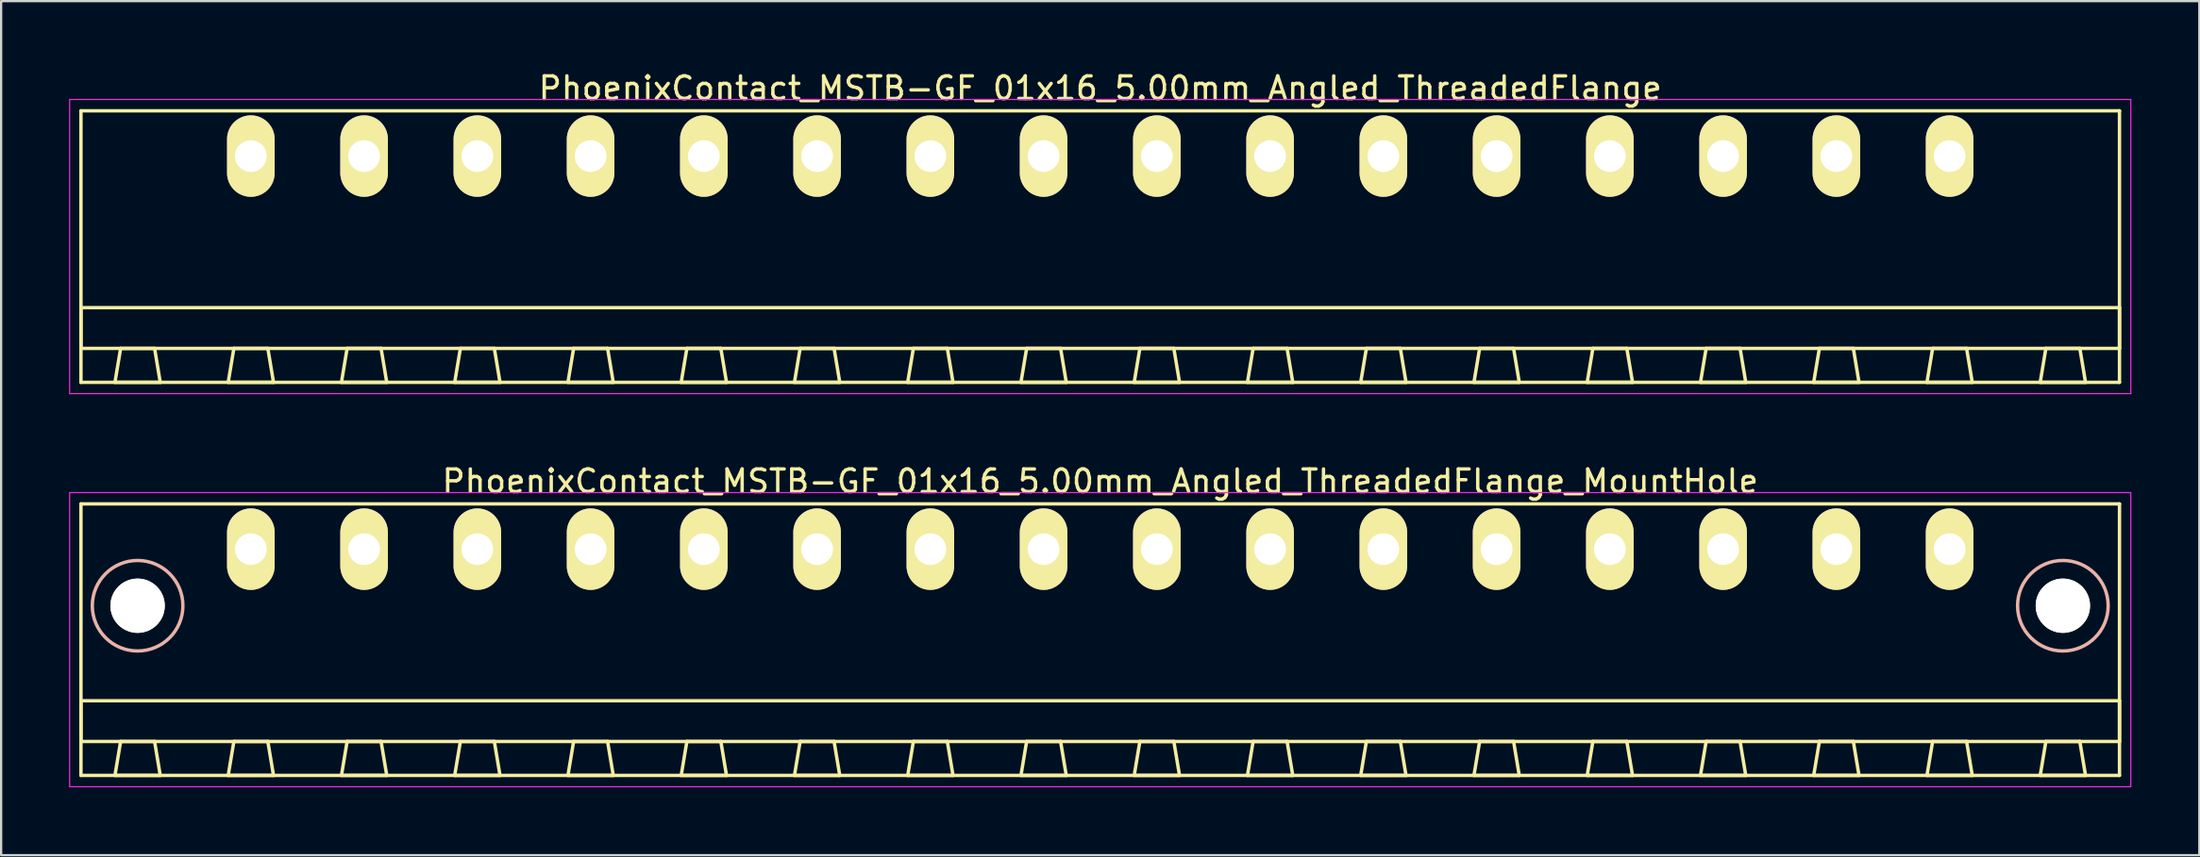
<source format=kicad_pcb>
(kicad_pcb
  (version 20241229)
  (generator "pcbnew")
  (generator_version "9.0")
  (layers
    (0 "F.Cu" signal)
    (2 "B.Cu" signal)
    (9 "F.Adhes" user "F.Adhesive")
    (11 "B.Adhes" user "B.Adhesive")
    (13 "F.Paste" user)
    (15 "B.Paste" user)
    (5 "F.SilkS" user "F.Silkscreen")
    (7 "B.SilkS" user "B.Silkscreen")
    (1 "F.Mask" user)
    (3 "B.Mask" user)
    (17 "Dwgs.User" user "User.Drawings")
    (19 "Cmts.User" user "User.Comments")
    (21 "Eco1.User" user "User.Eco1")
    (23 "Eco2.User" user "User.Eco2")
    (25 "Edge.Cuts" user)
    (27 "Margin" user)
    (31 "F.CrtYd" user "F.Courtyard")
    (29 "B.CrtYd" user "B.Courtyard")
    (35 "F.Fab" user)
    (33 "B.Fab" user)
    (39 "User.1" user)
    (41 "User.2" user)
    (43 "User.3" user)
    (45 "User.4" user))
  (footprint "PhoenixContact_MSTB-GF_01x16_5.00mm_Angled_ThreadedFlange_MountHole"
    (layer "F.Cu")
    (at 8.025 21.221)
    (property "Reference" "PhoenixContact_MSTB-GF_01x16_5.00mm_Angled_ThreadedFlange_MountHole" (at 37.5 -3 0) (layer "F.SilkS") (effects (font (size 1 1) (thickness 0.15))))
    (attr through_hole)
    (fp_line (start -7.5 -2) (end -7.5 10) (stroke (width 0.15) (type solid)) (layer "F.SilkS"))
    (fp_line (start -7.5 6.7) (end 82.5 6.7) (stroke (width 0.15) (type solid)) (layer "F.SilkS"))
    (fp_line (start -7.5 8.5) (end -7.5 6.7) (stroke (width 0.15) (type solid)) (layer "F.SilkS"))
    (fp_line (start -7.5 10) (end 82.5 10) (stroke (width 0.15) (type solid)) (layer "F.SilkS"))
    (fp_line (start -6 10) (end -4 10) (stroke (width 0.15) (type solid)) (layer "F.SilkS"))
    (fp_line (start -5.75 8.5) (end -6 10) (stroke (width 0.15) (type solid)) (layer "F.SilkS"))
    (fp_line (start -4.25 8.5) (end -5.75 8.5) (stroke (width 0.15) (type solid)) (layer "F.SilkS"))
    (fp_line (start -4 10) (end -4.25 8.5) (stroke (width 0.15) (type solid)) (layer "F.SilkS"))
    (fp_line (start -1 10) (end 1 10) (stroke (width 0.15) (type solid)) (layer "F.SilkS"))
    (fp_line (start -0.75 8.5) (end -1 10) (stroke (width 0.15) (type solid)) (layer "F.SilkS"))
    (fp_line (start 0.75 8.5) (end -0.75 8.5) (stroke (width 0.15) (type solid)) (layer "F.SilkS"))
    (fp_line (start 1 10) (end 0.75 8.5) (stroke (width 0.15) (type solid)) (layer "F.SilkS"))
    (fp_line (start 4 10) (end 6 10) (stroke (width 0.15) (type solid)) (layer "F.SilkS"))
    (fp_line (start 4.25 8.5) (end 4 10) (stroke (width 0.15) (type solid)) (layer "F.SilkS"))
    (fp_line (start 5.75 8.5) (end 4.25 8.5) (stroke (width 0.15) (type solid)) (layer "F.SilkS"))
    (fp_line (start 6 10) (end 5.75 8.5) (stroke (width 0.15) (type solid)) (layer "F.SilkS"))
    (fp_line (start 9 10) (end 11 10) (stroke (width 0.15) (type solid)) (layer "F.SilkS"))
    (fp_line (start 9.25 8.5) (end 9 10) (stroke (width 0.15) (type solid)) (layer "F.SilkS"))
    (fp_line (start 10.75 8.5) (end 9.25 8.5) (stroke (width 0.15) (type solid)) (layer "F.SilkS"))
    (fp_line (start 11 10) (end 10.75 8.5) (stroke (width 0.15) (type solid)) (layer "F.SilkS"))
    (fp_line (start 14 10) (end 16 10) (stroke (width 0.15) (type solid)) (layer "F.SilkS"))
    (fp_line (start 14.25 8.5) (end 14 10) (stroke (width 0.15) (type solid)) (layer "F.SilkS"))
    (fp_line (start 15.75 8.5) (end 14.25 8.5) (stroke (width 0.15) (type solid)) (layer "F.SilkS"))
    (fp_line (start 16 10) (end 15.75 8.5) (stroke (width 0.15) (type solid)) (layer "F.SilkS"))
    (fp_line (start 19 10) (end 21 10) (stroke (width 0.15) (type solid)) (layer "F.SilkS"))
    (fp_line (start 19.25 8.5) (end 19 10) (stroke (width 0.15) (type solid)) (layer "F.SilkS"))
    (fp_line (start 20.75 8.5) (end 19.25 8.5) (stroke (width 0.15) (type solid)) (layer "F.SilkS"))
    (fp_line (start 21 10) (end 20.75 8.5) (stroke (width 0.15) (type solid)) (layer "F.SilkS"))
    (fp_line (start 24 10) (end 26 10) (stroke (width 0.15) (type solid)) (layer "F.SilkS"))
    (fp_line (start 24.25 8.5) (end 24 10) (stroke (width 0.15) (type solid)) (layer "F.SilkS"))
    (fp_line (start 25.75 8.5) (end 24.25 8.5) (stroke (width 0.15) (type solid)) (layer "F.SilkS"))
    (fp_line (start 26 10) (end 25.75 8.5) (stroke (width 0.15) (type solid)) (layer "F.SilkS"))
    (fp_line (start 29 10) (end 31 10) (stroke (width 0.15) (type solid)) (layer "F.SilkS"))
    (fp_line (start 29.25 8.5) (end 29 10) (stroke (width 0.15) (type solid)) (layer "F.SilkS"))
    (fp_line (start 30.75 8.5) (end 29.25 8.5) (stroke (width 0.15) (type solid)) (layer "F.SilkS"))
    (fp_line (start 31 10) (end 30.75 8.5) (stroke (width 0.15) (type solid)) (layer "F.SilkS"))
    (fp_line (start 34 10) (end 36 10) (stroke (width 0.15) (type solid)) (layer "F.SilkS"))
    (fp_line (start 34.25 8.5) (end 34 10) (stroke (width 0.15) (type solid)) (layer "F.SilkS"))
    (fp_line (start 35.75 8.5) (end 34.25 8.5) (stroke (width 0.15) (type solid)) (layer "F.SilkS"))
    (fp_line (start 36 10) (end 35.75 8.5) (stroke (width 0.15) (type solid)) (layer "F.SilkS"))
    (fp_line (start 39 10) (end 41 10) (stroke (width 0.15) (type solid)) (layer "F.SilkS"))
    (fp_line (start 39.25 8.5) (end 39 10) (stroke (width 0.15) (type solid)) (layer "F.SilkS"))
    (fp_line (start 40.75 8.5) (end 39.25 8.5) (stroke (width 0.15) (type solid)) (layer "F.SilkS"))
    (fp_line (start 41 10) (end 40.75 8.5) (stroke (width 0.15) (type solid)) (layer "F.SilkS"))
    (fp_line (start 44 10) (end 46 10) (stroke (width 0.15) (type solid)) (layer "F.SilkS"))
    (fp_line (start 44.25 8.5) (end 44 10) (stroke (width 0.15) (type solid)) (layer "F.SilkS"))
    (fp_line (start 45.75 8.5) (end 44.25 8.5) (stroke (width 0.15) (type solid)) (layer "F.SilkS"))
    (fp_line (start 46 10) (end 45.75 8.5) (stroke (width 0.15) (type solid)) (layer "F.SilkS"))
    (fp_line (start 49 10) (end 51 10) (stroke (width 0.15) (type solid)) (layer "F.SilkS"))
    (fp_line (start 49.25 8.5) (end 49 10) (stroke (width 0.15) (type solid)) (layer "F.SilkS"))
    (fp_line (start 50.75 8.5) (end 49.25 8.5) (stroke (width 0.15) (type solid)) (layer "F.SilkS"))
    (fp_line (start 51 10) (end 50.75 8.5) (stroke (width 0.15) (type solid)) (layer "F.SilkS"))
    (fp_line (start 54 10) (end 56 10) (stroke (width 0.15) (type solid)) (layer "F.SilkS"))
    (fp_line (start 54.25 8.5) (end 54 10) (stroke (width 0.15) (type solid)) (layer "F.SilkS"))
    (fp_line (start 55.75 8.5) (end 54.25 8.5) (stroke (width 0.15) (type solid)) (layer "F.SilkS"))
    (fp_line (start 56 10) (end 55.75 8.5) (stroke (width 0.15) (type solid)) (layer "F.SilkS"))
    (fp_line (start 59 10) (end 61 10) (stroke (width 0.15) (type solid)) (layer "F.SilkS"))
    (fp_line (start 59.25 8.5) (end 59 10) (stroke (width 0.15) (type solid)) (layer "F.SilkS"))
    (fp_line (start 60.75 8.5) (end 59.25 8.5) (stroke (width 0.15) (type solid)) (layer "F.SilkS"))
    (fp_line (start 61 10) (end 60.75 8.5) (stroke (width 0.15) (type solid)) (layer "F.SilkS"))
    (fp_line (start 64 10) (end 66 10) (stroke (width 0.15) (type solid)) (layer "F.SilkS"))
    (fp_line (start 64.25 8.5) (end 64 10) (stroke (width 0.15) (type solid)) (layer "F.SilkS"))
    (fp_line (start 65.75 8.5) (end 64.25 8.5) (stroke (width 0.15) (type solid)) (layer "F.SilkS"))
    (fp_line (start 66 10) (end 65.75 8.5) (stroke (width 0.15) (type solid)) (layer "F.SilkS"))
    (fp_line (start 69 10) (end 71 10) (stroke (width 0.15) (type solid)) (layer "F.SilkS"))
    (fp_line (start 69.25 8.5) (end 69 10) (stroke (width 0.15) (type solid)) (layer "F.SilkS"))
    (fp_line (start 70.75 8.5) (end 69.25 8.5) (stroke (width 0.15) (type solid)) (layer "F.SilkS"))
    (fp_line (start 71 10) (end 70.75 8.5) (stroke (width 0.15) (type solid)) (layer "F.SilkS"))
    (fp_line (start 74 10) (end 76 10) (stroke (width 0.15) (type solid)) (layer "F.SilkS"))
    (fp_line (start 74.25 8.5) (end 74 10) (stroke (width 0.15) (type solid)) (layer "F.SilkS"))
    (fp_line (start 75.75 8.5) (end 74.25 8.5) (stroke (width 0.15) (type solid)) (layer "F.SilkS"))
    (fp_line (start 76 10) (end 75.75 8.5) (stroke (width 0.15) (type solid)) (layer "F.SilkS"))
    (fp_line (start 79 10) (end 81 10) (stroke (width 0.15) (type solid)) (layer "F.SilkS"))
    (fp_line (start 79.25 8.5) (end 79 10) (stroke (width 0.15) (type solid)) (layer "F.SilkS"))
    (fp_line (start 80.75 8.5) (end 79.25 8.5) (stroke (width 0.15) (type solid)) (layer "F.SilkS"))
    (fp_line (start 81 10) (end 80.75 8.5) (stroke (width 0.15) (type solid)) (layer "F.SilkS"))
    (fp_line (start 82.5 -2) (end -7.5 -2) (stroke (width 0.15) (type solid)) (layer "F.SilkS"))
    (fp_line (start 82.5 6.7) (end 82.5 8.5) (stroke (width 0.15) (type solid)) (layer "F.SilkS"))
    (fp_line (start 82.5 8.5) (end -7.5 8.5) (stroke (width 0.15) (type solid)) (layer "F.SilkS"))
    (fp_line (start 82.5 10) (end 82.5 -2) (stroke (width 0.15) (type solid)) (layer "F.SilkS"))
    (fp_circle (center -5 2.5) (end -3 2.5) (stroke (width 0.15) (type solid)) (fill no) (layer "B.SilkS"))
    (fp_circle (center 80 2.5) (end 82 2.5) (stroke (width 0.15) (type solid)) (fill no) (layer "B.SilkS"))
    (fp_line (start -8 -2.5) (end -8 10.5) (stroke (width 0.05) (type solid)) (layer "F.CrtYd"))
    (fp_line (start -8 10.5) (end 83 10.5) (stroke (width 0.05) (type solid)) (layer "F.CrtYd"))
    (fp_line (start 83 -2.5) (end -8 -2.5) (stroke (width 0.05) (type solid)) (layer "F.CrtYd"))
    (fp_line (start 83 10.5) (end 83 -2.5) (stroke (width 0.05) (type solid)) (layer "F.CrtYd"))
    (pad "" np_thru_hole circle (at -5 2.5) (size 2.4 2.4) (drill 2.4) (layers "*.Cu" "*.Mask" "F.SilkS"))
    (pad "" np_thru_hole circle (at 80 2.5) (size 2.4 2.4) (drill 2.4) (layers "*.Cu" "*.Mask" "F.SilkS"))
    (pad "1" thru_hole oval (at 0 0) (size 2.1 3.6) (drill 1.4) (layers "*.Cu" "*.Mask" "F.SilkS"))
    (pad "2" thru_hole oval (at 5 0) (size 2.1 3.6) (drill 1.4) (layers "*.Cu" "*.Mask" "F.SilkS"))
    (pad "3" thru_hole oval (at 10 0) (size 2.1 3.6) (drill 1.4) (layers "*.Cu" "*.Mask" "F.SilkS"))
    (pad "4" thru_hole oval (at 15 0) (size 2.1 3.6) (drill 1.4) (layers "*.Cu" "*.Mask" "F.SilkS"))
    (pad "5" thru_hole oval (at 20 0) (size 2.1 3.6) (drill 1.4) (layers "*.Cu" "*.Mask" "F.SilkS"))
    (pad "6" thru_hole oval (at 25 0) (size 2.1 3.6) (drill 1.4) (layers "*.Cu" "*.Mask" "F.SilkS"))
    (pad "7" thru_hole oval (at 30 0) (size 2.1 3.6) (drill 1.4) (layers "*.Cu" "*.Mask" "F.SilkS"))
    (pad "8" thru_hole oval (at 35 0) (size 2.1 3.6) (drill 1.4) (layers "*.Cu" "*.Mask" "F.SilkS"))
    (pad "9" thru_hole oval (at 40 0) (size 2.1 3.6) (drill 1.4) (layers "*.Cu" "*.Mask" "F.SilkS"))
    (pad "10" thru_hole oval (at 45 0) (size 2.1 3.6) (drill 1.4) (layers "*.Cu" "*.Mask" "F.SilkS"))
    (pad "11" thru_hole oval (at 50 0) (size 2.1 3.6) (drill 1.4) (layers "*.Cu" "*.Mask" "F.SilkS"))
    (pad "12" thru_hole oval (at 55 0) (size 2.1 3.6) (drill 1.4) (layers "*.Cu" "*.Mask" "F.SilkS"))
    (pad "13" thru_hole oval (at 60 0) (size 2.1 3.6) (drill 1.4) (layers "*.Cu" "*.Mask" "F.SilkS"))
    (pad "14" thru_hole oval (at 65 0) (size 2.1 3.6) (drill 1.4) (layers "*.Cu" "*.Mask" "F.SilkS"))
    (pad "15" thru_hole oval (at 70 0) (size 2.1 3.6) (drill 1.4) (layers "*.Cu" "*.Mask" "F.SilkS"))
    (pad "16" thru_hole oval (at 75 0) (size 2.1 3.6) (drill 1.4) (layers "*.Cu" "*.Mask" "F.SilkS")))
  (footprint "PhoenixContact_MSTB-GF_01x16_5.00mm_Angled_ThreadedFlange"
    (layer "F.Cu")
    (at 8.025 3.848)
    (property "Reference" "PhoenixContact_MSTB-GF_01x16_5.00mm_Angled_ThreadedFlange" (at 37.5 -3 0) (layer "F.SilkS") (effects (font (size 1 1) (thickness 0.15))))
    (attr through_hole)
    (fp_line (start -7.5 -2) (end -7.5 10) (stroke (width 0.15) (type solid)) (layer "F.SilkS"))
    (fp_line (start -7.5 6.7) (end 82.5 6.7) (stroke (width 0.15) (type solid)) (layer "F.SilkS"))
    (fp_line (start -7.5 8.5) (end -7.5 6.7) (stroke (width 0.15) (type solid)) (layer "F.SilkS"))
    (fp_line (start -7.5 10) (end 82.5 10) (stroke (width 0.15) (type solid)) (layer "F.SilkS"))
    (fp_line (start -6 10) (end -4 10) (stroke (width 0.15) (type solid)) (layer "F.SilkS"))
    (fp_line (start -5.75 8.5) (end -6 10) (stroke (width 0.15) (type solid)) (layer "F.SilkS"))
    (fp_line (start -4.25 8.5) (end -5.75 8.5) (stroke (width 0.15) (type solid)) (layer "F.SilkS"))
    (fp_line (start -4 10) (end -4.25 8.5) (stroke (width 0.15) (type solid)) (layer "F.SilkS"))
    (fp_line (start -1 10) (end 1 10) (stroke (width 0.15) (type solid)) (layer "F.SilkS"))
    (fp_line (start -0.75 8.5) (end -1 10) (stroke (width 0.15) (type solid)) (layer "F.SilkS"))
    (fp_line (start 0.75 8.5) (end -0.75 8.5) (stroke (width 0.15) (type solid)) (layer "F.SilkS"))
    (fp_line (start 1 10) (end 0.75 8.5) (stroke (width 0.15) (type solid)) (layer "F.SilkS"))
    (fp_line (start 4 10) (end 6 10) (stroke (width 0.15) (type solid)) (layer "F.SilkS"))
    (fp_line (start 4.25 8.5) (end 4 10) (stroke (width 0.15) (type solid)) (layer "F.SilkS"))
    (fp_line (start 5.75 8.5) (end 4.25 8.5) (stroke (width 0.15) (type solid)) (layer "F.SilkS"))
    (fp_line (start 6 10) (end 5.75 8.5) (stroke (width 0.15) (type solid)) (layer "F.SilkS"))
    (fp_line (start 9 10) (end 11 10) (stroke (width 0.15) (type solid)) (layer "F.SilkS"))
    (fp_line (start 9.25 8.5) (end 9 10) (stroke (width 0.15) (type solid)) (layer "F.SilkS"))
    (fp_line (start 10.75 8.5) (end 9.25 8.5) (stroke (width 0.15) (type solid)) (layer "F.SilkS"))
    (fp_line (start 11 10) (end 10.75 8.5) (stroke (width 0.15) (type solid)) (layer "F.SilkS"))
    (fp_line (start 14 10) (end 16 10) (stroke (width 0.15) (type solid)) (layer "F.SilkS"))
    (fp_line (start 14.25 8.5) (end 14 10) (stroke (width 0.15) (type solid)) (layer "F.SilkS"))
    (fp_line (start 15.75 8.5) (end 14.25 8.5) (stroke (width 0.15) (type solid)) (layer "F.SilkS"))
    (fp_line (start 16 10) (end 15.75 8.5) (stroke (width 0.15) (type solid)) (layer "F.SilkS"))
    (fp_line (start 19 10) (end 21 10) (stroke (width 0.15) (type solid)) (layer "F.SilkS"))
    (fp_line (start 19.25 8.5) (end 19 10) (stroke (width 0.15) (type solid)) (layer "F.SilkS"))
    (fp_line (start 20.75 8.5) (end 19.25 8.5) (stroke (width 0.15) (type solid)) (layer "F.SilkS"))
    (fp_line (start 21 10) (end 20.75 8.5) (stroke (width 0.15) (type solid)) (layer "F.SilkS"))
    (fp_line (start 24 10) (end 26 10) (stroke (width 0.15) (type solid)) (layer "F.SilkS"))
    (fp_line (start 24.25 8.5) (end 24 10) (stroke (width 0.15) (type solid)) (layer "F.SilkS"))
    (fp_line (start 25.75 8.5) (end 24.25 8.5) (stroke (width 0.15) (type solid)) (layer "F.SilkS"))
    (fp_line (start 26 10) (end 25.75 8.5) (stroke (width 0.15) (type solid)) (layer "F.SilkS"))
    (fp_line (start 29 10) (end 31 10) (stroke (width 0.15) (type solid)) (layer "F.SilkS"))
    (fp_line (start 29.25 8.5) (end 29 10) (stroke (width 0.15) (type solid)) (layer "F.SilkS"))
    (fp_line (start 30.75 8.5) (end 29.25 8.5) (stroke (width 0.15) (type solid)) (layer "F.SilkS"))
    (fp_line (start 31 10) (end 30.75 8.5) (stroke (width 0.15) (type solid)) (layer "F.SilkS"))
    (fp_line (start 34 10) (end 36 10) (stroke (width 0.15) (type solid)) (layer "F.SilkS"))
    (fp_line (start 34.25 8.5) (end 34 10) (stroke (width 0.15) (type solid)) (layer "F.SilkS"))
    (fp_line (start 35.75 8.5) (end 34.25 8.5) (stroke (width 0.15) (type solid)) (layer "F.SilkS"))
    (fp_line (start 36 10) (end 35.75 8.5) (stroke (width 0.15) (type solid)) (layer "F.SilkS"))
    (fp_line (start 39 10) (end 41 10) (stroke (width 0.15) (type solid)) (layer "F.SilkS"))
    (fp_line (start 39.25 8.5) (end 39 10) (stroke (width 0.15) (type solid)) (layer "F.SilkS"))
    (fp_line (start 40.75 8.5) (end 39.25 8.5) (stroke (width 0.15) (type solid)) (layer "F.SilkS"))
    (fp_line (start 41 10) (end 40.75 8.5) (stroke (width 0.15) (type solid)) (layer "F.SilkS"))
    (fp_line (start 44 10) (end 46 10) (stroke (width 0.15) (type solid)) (layer "F.SilkS"))
    (fp_line (start 44.25 8.5) (end 44 10) (stroke (width 0.15) (type solid)) (layer "F.SilkS"))
    (fp_line (start 45.75 8.5) (end 44.25 8.5) (stroke (width 0.15) (type solid)) (layer "F.SilkS"))
    (fp_line (start 46 10) (end 45.75 8.5) (stroke (width 0.15) (type solid)) (layer "F.SilkS"))
    (fp_line (start 49 10) (end 51 10) (stroke (width 0.15) (type solid)) (layer "F.SilkS"))
    (fp_line (start 49.25 8.5) (end 49 10) (stroke (width 0.15) (type solid)) (layer "F.SilkS"))
    (fp_line (start 50.75 8.5) (end 49.25 8.5) (stroke (width 0.15) (type solid)) (layer "F.SilkS"))
    (fp_line (start 51 10) (end 50.75 8.5) (stroke (width 0.15) (type solid)) (layer "F.SilkS"))
    (fp_line (start 54 10) (end 56 10) (stroke (width 0.15) (type solid)) (layer "F.SilkS"))
    (fp_line (start 54.25 8.5) (end 54 10) (stroke (width 0.15) (type solid)) (layer "F.SilkS"))
    (fp_line (start 55.75 8.5) (end 54.25 8.5) (stroke (width 0.15) (type solid)) (layer "F.SilkS"))
    (fp_line (start 56 10) (end 55.75 8.5) (stroke (width 0.15) (type solid)) (layer "F.SilkS"))
    (fp_line (start 59 10) (end 61 10) (stroke (width 0.15) (type solid)) (layer "F.SilkS"))
    (fp_line (start 59.25 8.5) (end 59 10) (stroke (width 0.15) (type solid)) (layer "F.SilkS"))
    (fp_line (start 60.75 8.5) (end 59.25 8.5) (stroke (width 0.15) (type solid)) (layer "F.SilkS"))
    (fp_line (start 61 10) (end 60.75 8.5) (stroke (width 0.15) (type solid)) (layer "F.SilkS"))
    (fp_line (start 64 10) (end 66 10) (stroke (width 0.15) (type solid)) (layer "F.SilkS"))
    (fp_line (start 64.25 8.5) (end 64 10) (stroke (width 0.15) (type solid)) (layer "F.SilkS"))
    (fp_line (start 65.75 8.5) (end 64.25 8.5) (stroke (width 0.15) (type solid)) (layer "F.SilkS"))
    (fp_line (start 66 10) (end 65.75 8.5) (stroke (width 0.15) (type solid)) (layer "F.SilkS"))
    (fp_line (start 69 10) (end 71 10) (stroke (width 0.15) (type solid)) (layer "F.SilkS"))
    (fp_line (start 69.25 8.5) (end 69 10) (stroke (width 0.15) (type solid)) (layer "F.SilkS"))
    (fp_line (start 70.75 8.5) (end 69.25 8.5) (stroke (width 0.15) (type solid)) (layer "F.SilkS"))
    (fp_line (start 71 10) (end 70.75 8.5) (stroke (width 0.15) (type solid)) (layer "F.SilkS"))
    (fp_line (start 74 10) (end 76 10) (stroke (width 0.15) (type solid)) (layer "F.SilkS"))
    (fp_line (start 74.25 8.5) (end 74 10) (stroke (width 0.15) (type solid)) (layer "F.SilkS"))
    (fp_line (start 75.75 8.5) (end 74.25 8.5) (stroke (width 0.15) (type solid)) (layer "F.SilkS"))
    (fp_line (start 76 10) (end 75.75 8.5) (stroke (width 0.15) (type solid)) (layer "F.SilkS"))
    (fp_line (start 79 10) (end 81 10) (stroke (width 0.15) (type solid)) (layer "F.SilkS"))
    (fp_line (start 79.25 8.5) (end 79 10) (stroke (width 0.15) (type solid)) (layer "F.SilkS"))
    (fp_line (start 80.75 8.5) (end 79.25 8.5) (stroke (width 0.15) (type solid)) (layer "F.SilkS"))
    (fp_line (start 81 10) (end 80.75 8.5) (stroke (width 0.15) (type solid)) (layer "F.SilkS"))
    (fp_line (start 82.5 -2) (end -7.5 -2) (stroke (width 0.15) (type solid)) (layer "F.SilkS"))
    (fp_line (start 82.5 6.7) (end 82.5 8.5) (stroke (width 0.15) (type solid)) (layer "F.SilkS"))
    (fp_line (start 82.5 8.5) (end -7.5 8.5) (stroke (width 0.15) (type solid)) (layer "F.SilkS"))
    (fp_line (start 82.5 10) (end 82.5 -2) (stroke (width 0.15) (type solid)) (layer "F.SilkS"))
    (fp_line (start -8 -2.5) (end -8 10.5) (stroke (width 0.05) (type solid)) (layer "F.CrtYd"))
    (fp_line (start -8 10.5) (end 83 10.5) (stroke (width 0.05) (type solid)) (layer "F.CrtYd"))
    (fp_line (start 83 -2.5) (end -8 -2.5) (stroke (width 0.05) (type solid)) (layer "F.CrtYd"))
    (fp_line (start 83 10.5) (end 83 -2.5) (stroke (width 0.05) (type solid)) (layer "F.CrtYd"))
    (pad "1" thru_hole oval (at 0 0) (size 2.1 3.6) (drill 1.4) (layers "*.Cu" "*.Mask" "F.SilkS"))
    (pad "2" thru_hole oval (at 5 0) (size 2.1 3.6) (drill 1.4) (layers "*.Cu" "*.Mask" "F.SilkS"))
    (pad "3" thru_hole oval (at 10 0) (size 2.1 3.6) (drill 1.4) (layers "*.Cu" "*.Mask" "F.SilkS"))
    (pad "4" thru_hole oval (at 15 0) (size 2.1 3.6) (drill 1.4) (layers "*.Cu" "*.Mask" "F.SilkS"))
    (pad "5" thru_hole oval (at 20 0) (size 2.1 3.6) (drill 1.4) (layers "*.Cu" "*.Mask" "F.SilkS"))
    (pad "6" thru_hole oval (at 25 0) (size 2.1 3.6) (drill 1.4) (layers "*.Cu" "*.Mask" "F.SilkS"))
    (pad "7" thru_hole oval (at 30 0) (size 2.1 3.6) (drill 1.4) (layers "*.Cu" "*.Mask" "F.SilkS"))
    (pad "8" thru_hole oval (at 35 0) (size 2.1 3.6) (drill 1.4) (layers "*.Cu" "*.Mask" "F.SilkS"))
    (pad "9" thru_hole oval (at 40 0) (size 2.1 3.6) (drill 1.4) (layers "*.Cu" "*.Mask" "F.SilkS"))
    (pad "10" thru_hole oval (at 45 0) (size 2.1 3.6) (drill 1.4) (layers "*.Cu" "*.Mask" "F.SilkS"))
    (pad "11" thru_hole oval (at 50 0) (size 2.1 3.6) (drill 1.4) (layers "*.Cu" "*.Mask" "F.SilkS"))
    (pad "12" thru_hole oval (at 55 0) (size 2.1 3.6) (drill 1.4) (layers "*.Cu" "*.Mask" "F.SilkS"))
    (pad "13" thru_hole oval (at 60 0) (size 2.1 3.6) (drill 1.4) (layers "*.Cu" "*.Mask" "F.SilkS"))
    (pad "14" thru_hole oval (at 65 0) (size 2.1 3.6) (drill 1.4) (layers "*.Cu" "*.Mask" "F.SilkS"))
    (pad "15" thru_hole oval (at 70 0) (size 2.1 3.6) (drill 1.4) (layers "*.Cu" "*.Mask" "F.SilkS"))
    (pad "16" thru_hole oval (at 75 0) (size 2.1 3.6) (drill 1.4) (layers "*.Cu" "*.Mask" "F.SilkS")))
  (gr_rect
    (start -3 -3)
    (end 94.05 34.746)
    (stroke (width 0.1) (type default))
    (fill no)
    (layer "Edge.Cuts")))
</source>
